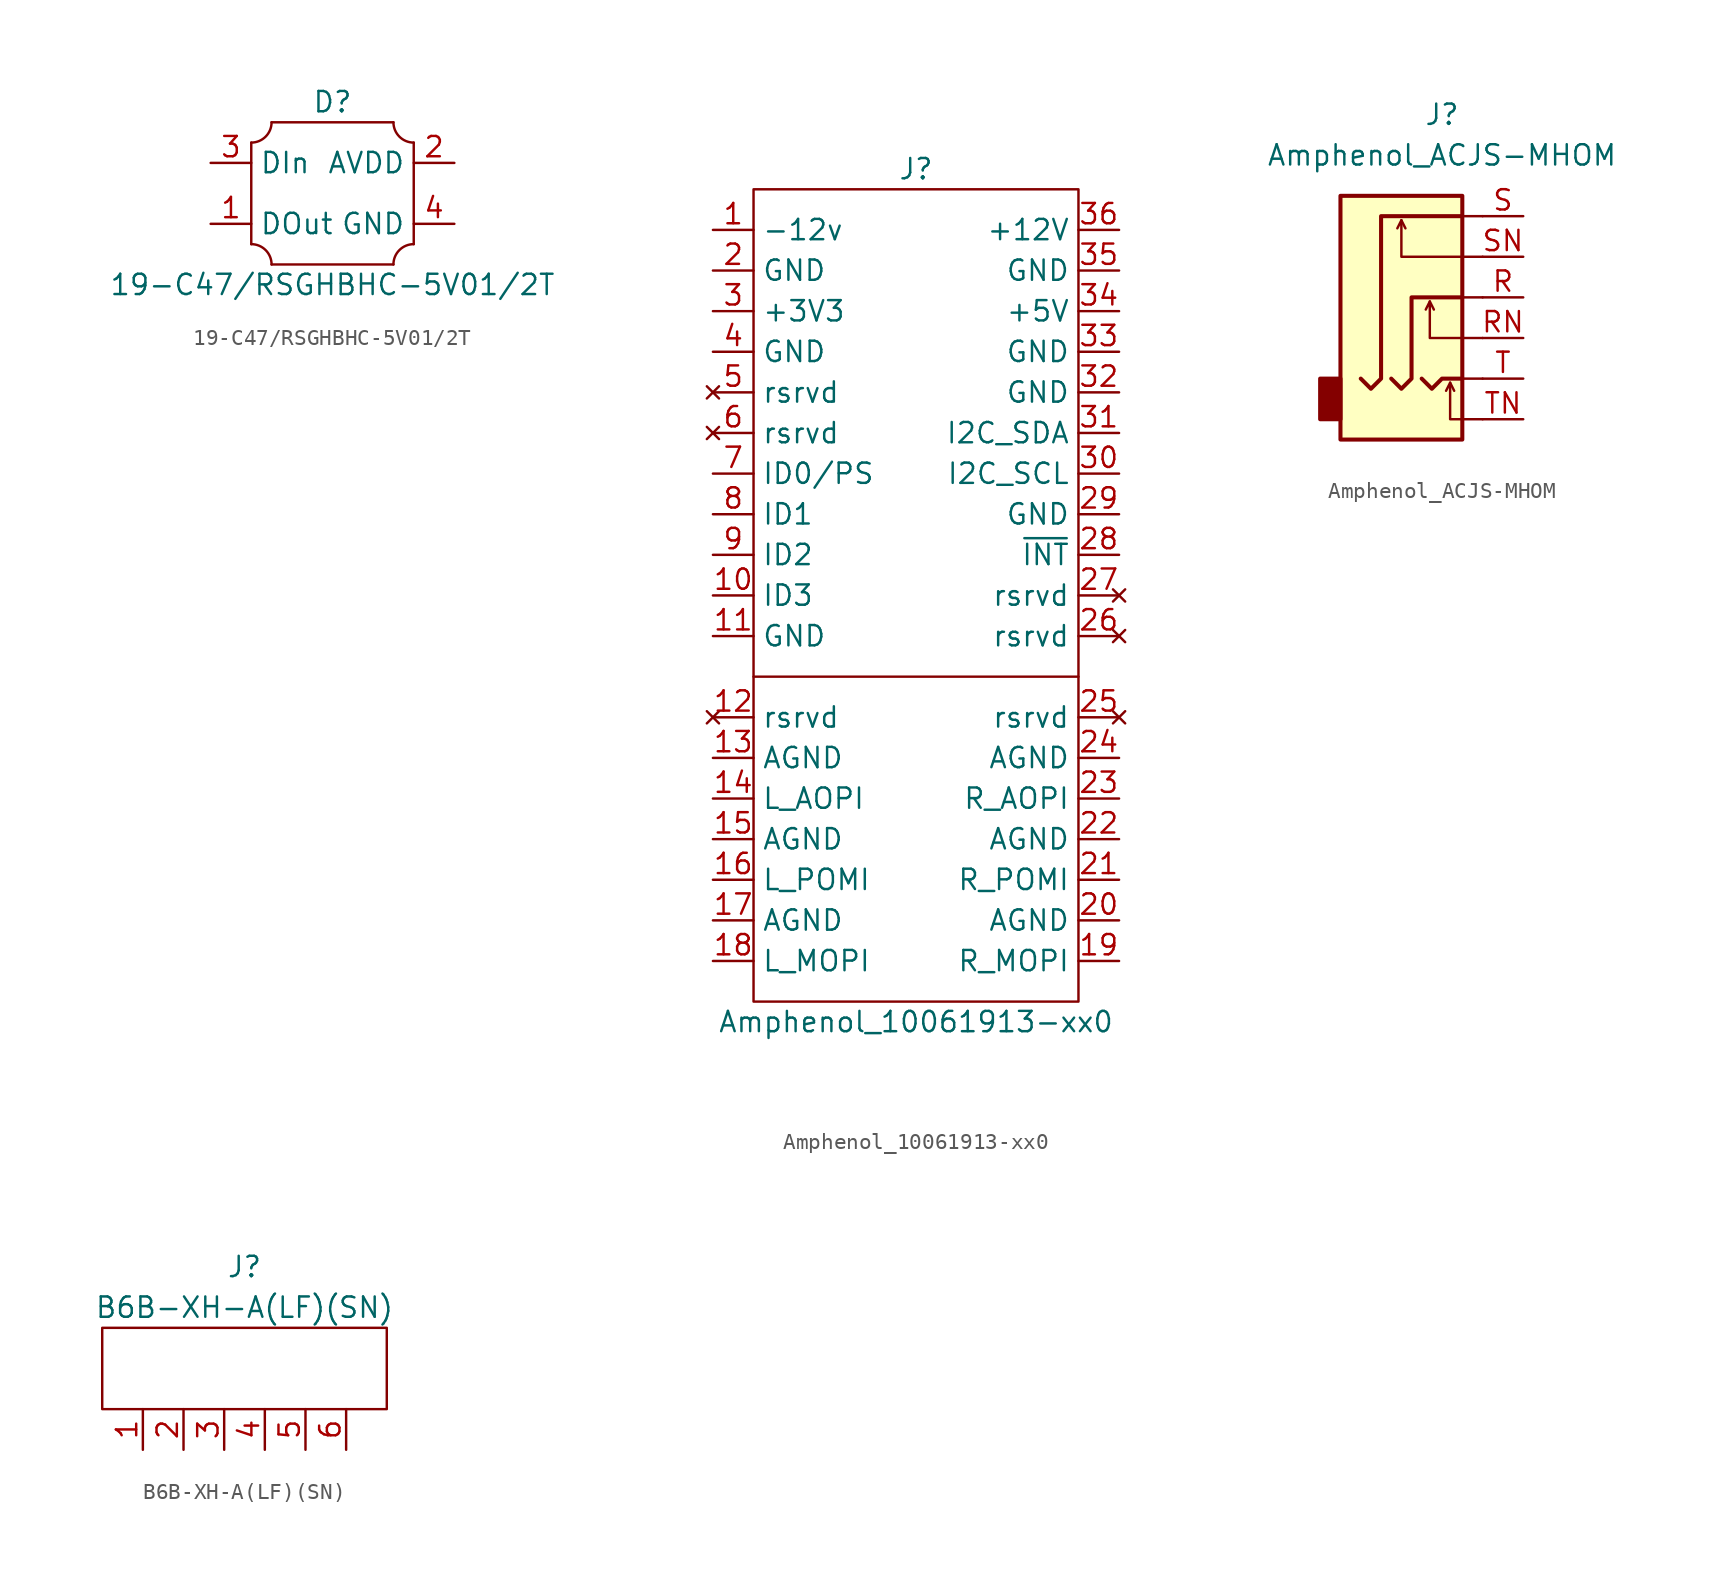
<source format=kicad_sym>
(kicad_symbol_lib
  (version 20220914)
  (generator kicad_symbol_editor)
  (symbol "19-C47/RSGHBHC-5V01/2T"
    (property "Reference" "D"
      (at 5.08 1.27 0)
      (effects (font (size 1.27 1.27))))
    (property "Value" "19-C47/RSGHBHC-5V01/2T"
      (at 5.08 -10.16 0)
      (effects (font (size 1.27 1.27))))
    (symbol "19-C47/RSGHBHC-5V01/2T_0_1"
      (arc (start 0 -1.27) (mid 0.898 -0.898) (end 1.27 0) (stroke (width 0) (type default)) (fill (type none)))
      (polyline (pts (xy 0 -1.27) (xy 0 -7.62)) (stroke (width 0) (type default)) (fill (type none)))
      (polyline (pts (xy 1.27 -8.89) (xy 8.89 -8.89)) (stroke (width 0) (type default)) (fill (type none)))
      (polyline (pts (xy 8.89 0) (xy 1.27 0)) (stroke (width 0) (type default)) (fill (type none)))
      (polyline (pts (xy 10.16 -7.62) (xy 10.16 -1.27)) (stroke (width 0) (type default)) (fill (type none)))
      (arc (start 1.27 -8.89) (mid 0.898 -7.992) (end 0 -7.62) (stroke (width 0) (type default)) (fill (type none)))
      (arc (start 8.89 0) (mid 9.262 -0.898) (end 10.16 -1.27) (stroke (width 0) (type default)) (fill (type none)))
      (arc (start 10.16 -7.62) (mid 9.262 -7.992) (end 8.89 -8.89) (stroke (width 0) (type default)) (fill (type none))))
    (symbol "19-C47/RSGHBHC-5V01/2T_1_1"
      (pin passive line (at -2.54 -6.35 0) (length 2.54) (name "DOut" (effects (font (size 1.27 1.27)))) (number "1" (effects (font (size 1.27 1.27)))))
      (pin power_in line (at 12.7 -2.54 180) (length 2.54) (name "AVDD" (effects (font (size 1.27 1.27)))) (number "2" (effects (font (size 1.27 1.27)))))
      (pin passive line (at -2.54 -2.54 0) (length 2.54) (name "DIn" (effects (font (size 1.27 1.27)))) (number "3" (effects (font (size 1.27 1.27)))))
      (pin power_in line (at 12.7 -6.35 180) (length 2.54) (name "GND" (effects (font (size 1.27 1.27)))) (number "4" (effects (font (size 1.27 1.27)))))))
  (symbol "Amphenol_10061913-xx0"
    (property "Reference" "J"
      (at 0 2.54 0)
      (effects (font (size 1.27 1.27))))
    (property "Value" "Amphenol_10061913-xx0"
      (at 0 -50.8 0)
      (effects (font (size 1.27 1.27))))
    (symbol "Amphenol_10061913-xx0_0_1"
      (rectangle (start -10.16 1.27) (end 10.16 -49.53) (stroke (width 0) (type default)) (fill (type none)))
      (polyline (pts (xy 10.16 -29.21) (xy -10.16 -29.21)) (stroke (width 0) (type default)) (fill (type none))))
    (symbol "Amphenol_10061913-xx0_1_1"
      (pin power_out line (at -12.7 -1.27 0) (length 2.54) (name "-12v" (effects (font (size 1.27 1.27)))) (number "1" (effects (font (size 1.27 1.27)))))
      (pin passive line (at -12.7 -24.13 0) (length 2.54) (name "ID3" (effects (font (size 1.27 1.27)))) (number "10" (effects (font (size 1.27 1.27)))))
      (pin power_in line (at -12.7 -26.67 0) (length 2.54) (name "GND" (effects (font (size 1.27 1.27)))) (number "11" (effects (font (size 1.27 1.27)))))
      (pin no_connect line (at -12.7 -31.75 0) (length 2.54) (name "rsrvd" (effects (font (size 1.27 1.27)))) (number "12" (effects (font (size 1.27 1.27)))))
      (pin power_in line (at -12.7 -34.29 0) (length 2.54) (name "AGND" (effects (font (size 1.27 1.27)))) (number "13" (effects (font (size 1.27 1.27)))))
      (pin passive line (at -12.7 -36.83 0) (length 2.54) (name "L_AOPI" (effects (font (size 1.27 1.27)))) (number "14" (effects (font (size 1.27 1.27)))))
      (pin power_in line (at -12.7 -39.37 0) (length 2.54) (name "AGND" (effects (font (size 1.27 1.27)))) (number "15" (effects (font (size 1.27 1.27)))))
      (pin passive line (at -12.7 -41.91 0) (length 2.54) (name "L_POMI" (effects (font (size 1.27 1.27)))) (number "16" (effects (font (size 1.27 1.27)))))
      (pin power_in line (at -12.7 -44.45 0) (length 2.54) (name "AGND" (effects (font (size 1.27 1.27)))) (number "17" (effects (font (size 1.27 1.27)))))
      (pin passive line (at -12.7 -46.99 0) (length 2.54) (name "L_MOPI" (effects (font (size 1.27 1.27)))) (number "18" (effects (font (size 1.27 1.27)))))
      (pin passive line (at 12.7 -46.99 180) (length 2.54) (name "R_MOPI" (effects (font (size 1.27 1.27)))) (number "19" (effects (font (size 1.27 1.27)))))
      (pin power_in line (at -12.7 -3.81 0) (length 2.54) (name "GND" (effects (font (size 1.27 1.27)))) (number "2" (effects (font (size 1.27 1.27)))))
      (pin power_in line (at 12.7 -44.45 180) (length 2.54) (name "AGND" (effects (font (size 1.27 1.27)))) (number "20" (effects (font (size 1.27 1.27)))))
      (pin passive line (at 12.7 -41.91 180) (length 2.54) (name "R_POMI" (effects (font (size 1.27 1.27)))) (number "21" (effects (font (size 1.27 1.27)))))
      (pin power_in line (at 12.7 -39.37 180) (length 2.54) (name "AGND" (effects (font (size 1.27 1.27)))) (number "22" (effects (font (size 1.27 1.27)))))
      (pin passive line (at 12.7 -36.83 180) (length 2.54) (name "R_AOPI" (effects (font (size 1.27 1.27)))) (number "23" (effects (font (size 1.27 1.27)))))
      (pin power_in line (at 12.7 -34.29 180) (length 2.54) (name "AGND" (effects (font (size 1.27 1.27)))) (number "24" (effects (font (size 1.27 1.27)))))
      (pin no_connect line (at 12.7 -31.75 180) (length 2.54) (name "rsrvd" (effects (font (size 1.27 1.27)))) (number "25" (effects (font (size 1.27 1.27)))))
      (pin no_connect line (at 12.7 -26.67 180) (length 2.54) (name "rsrvd" (effects (font (size 1.27 1.27)))) (number "26" (effects (font (size 1.27 1.27)))))
      (pin no_connect line (at 12.7 -24.13 180) (length 2.54) (name "rsrvd" (effects (font (size 1.27 1.27)))) (number "27" (effects (font (size 1.27 1.27)))))
      (pin passive line (at 12.7 -21.59 180) (length 2.54) (name "~{INT}" (effects (font (size 1.27 1.27)))) (number "28" (effects (font (size 1.27 1.27)))))
      (pin power_in line (at 12.7 -19.05 180) (length 2.54) (name "GND" (effects (font (size 1.27 1.27)))) (number "29" (effects (font (size 1.27 1.27)))))
      (pin power_out line (at -12.7 -6.35 0) (length 2.54) (name "+3V3" (effects (font (size 1.27 1.27)))) (number "3" (effects (font (size 1.27 1.27)))))
      (pin passive line (at 12.7 -16.51 180) (length 2.54) (name "I2C_SCL" (effects (font (size 1.27 1.27)))) (number "30" (effects (font (size 1.27 1.27)))))
      (pin passive line (at 12.7 -13.97 180) (length 2.54) (name "I2C_SDA" (effects (font (size 1.27 1.27)))) (number "31" (effects (font (size 1.27 1.27)))))
      (pin power_in line (at 12.7 -11.43 180) (length 2.54) (name "GND" (effects (font (size 1.27 1.27)))) (number "32" (effects (font (size 1.27 1.27)))))
      (pin power_in line (at 12.7 -8.89 180) (length 2.54) (name "GND" (effects (font (size 1.27 1.27)))) (number "33" (effects (font (size 1.27 1.27)))))
      (pin power_out line (at 12.7 -6.35 180) (length 2.54) (name "+5V" (effects (font (size 1.27 1.27)))) (number "34" (effects (font (size 1.27 1.27)))))
      (pin power_in line (at 12.7 -3.81 180) (length 2.54) (name "GND" (effects (font (size 1.27 1.27)))) (number "35" (effects (font (size 1.27 1.27)))))
      (pin power_out line (at 12.7 -1.27 180) (length 2.54) (name "+12V" (effects (font (size 1.27 1.27)))) (number "36" (effects (font (size 1.27 1.27)))))
      (pin power_in line (at -12.7 -8.89 0) (length 2.54) (name "GND" (effects (font (size 1.27 1.27)))) (number "4" (effects (font (size 1.27 1.27)))))
      (pin no_connect line (at -12.7 -11.43 0) (length 2.54) (name "rsrvd" (effects (font (size 1.27 1.27)))) (number "5" (effects (font (size 1.27 1.27)))))
      (pin no_connect line (at -12.7 -13.97 0) (length 2.54) (name "rsrvd" (effects (font (size 1.27 1.27)))) (number "6" (effects (font (size 1.27 1.27)))))
      (pin passive line (at -12.7 -16.51 0) (length 2.54) (name "ID0/PS" (effects (font (size 1.27 1.27)))) (number "7" (effects (font (size 1.27 1.27)))))
      (pin passive line (at -12.7 -19.05 0) (length 2.54) (name "ID1" (effects (font (size 1.27 1.27)))) (number "8" (effects (font (size 1.27 1.27)))))
      (pin passive line (at -12.7 -21.59 0) (length 2.54) (name "ID2" (effects (font (size 1.27 1.27)))) (number "9" (effects (font (size 1.27 1.27)))))))
  (symbol "Amphenol_ACJS-MHOM"
    (pin_names hide)
    (property "Reference" "J"
      (at 0 11.43 0)
      (effects (font (size 1.27 1.27))))
    (property "Value" "Amphenol_ACJS-MHOM"
      (at 0 8.89 0)
      (effects (font (size 1.27 1.27))))
    (symbol "Amphenol_ACJS-MHOM_0_1"
      (rectangle (start -6.35 -5.08) (end -7.62 -7.62) (stroke (width 0.254) (type default)) (fill (type outline)))
      (polyline (pts (xy -2.54 4.826) (xy -2.286 4.318)) (stroke (width 0) (type default)) (fill (type none)))
      (polyline (pts (xy -0.762 -0.254) (xy -0.508 -0.762)) (stroke (width 0) (type default)) (fill (type none)))
      (polyline (pts (xy 0.508 -5.334) (xy 0.762 -5.842)) (stroke (width 0) (type default)) (fill (type none)))
      (polyline (pts (xy 1.27 0) (xy 2.54 0)) (stroke (width 0) (type default)) (fill (type none)))
      (polyline (pts (xy 2.54 -5.08) (xy 1.27 -5.08)) (stroke (width 0) (type default)) (fill (type none)))
      (polyline (pts (xy 2.54 5.08) (xy 1.27 5.08)) (stroke (width 0) (type default)) (fill (type none)))
      (polyline (pts (xy -1.27 -5.08) (xy -0.635 -5.715) (xy 0 -5.08) (xy 1.27 -5.08)) (stroke (width 0.254) (type default)) (fill (type none)))
      (polyline (pts (xy 2.54 -7.62) (xy 0.508 -7.62) (xy 0.508 -5.334) (xy 0.254 -5.842)) (stroke (width 0) (type default)) (fill (type none)))
      (polyline (pts (xy 2.54 -2.54) (xy -0.762 -2.54) (xy -0.762 -0.254) (xy -1.016 -0.762)) (stroke (width 0) (type default)) (fill (type none)))
      (polyline (pts (xy 2.54 2.54) (xy -2.54 2.54) (xy -2.54 4.826) (xy -2.794 4.318)) (stroke (width 0) (type default)) (fill (type none)))
      (polyline (pts (xy -3.175 -5.08) (xy -2.54 -5.715) (xy -1.905 -5.08) (xy -1.905 0) (xy 1.27 0)) (stroke (width 0.254) (type default)) (fill (type none)))
      (polyline (pts (xy 1.27 5.08) (xy -3.81 5.08) (xy -3.81 -5.08) (xy -4.445 -5.715) (xy -5.08 -5.08)) (stroke (width 0.254) (type default)) (fill (type none)))
      (rectangle (start 1.27 6.35) (end -6.35 -8.89) (stroke (width 0.254) (type default)) (fill (type background))))
    (symbol "Amphenol_ACJS-MHOM_1_1"
      (pin passive line (at 5.08 0 180) (length 2.54) (name "~" (effects (font (size 1.27 1.27)))) (number "R" (effects (font (size 1.27 1.27)))))
      (pin passive line (at 5.08 -2.54 180) (length 2.54) (name "~" (effects (font (size 1.27 1.27)))) (number "RN" (effects (font (size 1.27 1.27)))))
      (pin passive line (at 5.08 5.08 180) (length 2.54) (name "~" (effects (font (size 1.27 1.27)))) (number "S" (effects (font (size 1.27 1.27)))))
      (pin passive line (at 5.08 2.54 180) (length 2.54) (name "~" (effects (font (size 1.27 1.27)))) (number "SN" (effects (font (size 1.27 1.27)))))
      (pin passive line (at 5.08 -5.08 180) (length 2.54) (name "~" (effects (font (size 1.27 1.27)))) (number "T" (effects (font (size 1.27 1.27)))))
      (pin passive line (at 5.08 -7.62 180) (length 2.54) (name "~" (effects (font (size 1.27 1.27)))) (number "TN" (effects (font (size 1.27 1.27)))))))
  (symbol "B6B-XH-A(LF)(SN)"
    (property "Reference" "J"
      (at 0 3.81 0)
      (effects (font (size 1.27 1.27))))
    (property "Value" "B6B-XH-A(LF)(SN)"
      (at 0 1.27 0)
      (effects (font (size 1.27 1.27))))
    (symbol "B6B-XH-A(LF)(SN)_0_0"
      (pin passive line (at -6.35 -7.62 90) (length 2.54) (name "" (effects (font (size 1.27 1.27)))) (number "1" (effects (font (size 1.27 1.27)))))
      (pin passive line (at -3.81 -7.62 90) (length 2.54) (name "" (effects (font (size 1.27 1.27)))) (number "2" (effects (font (size 1.27 1.27)))))
      (pin passive line (at -1.27 -7.62 90) (length 2.54) (name "" (effects (font (size 1.27 1.27)))) (number "3" (effects (font (size 1.27 1.27)))))
      (pin passive line (at 1.27 -7.62 90) (length 2.54) (name "" (effects (font (size 1.27 1.27)))) (number "4" (effects (font (size 1.27 1.27)))))
      (pin passive line (at 3.81 -7.62 90) (length 2.54) (name "" (effects (font (size 1.27 1.27)))) (number "5" (effects (font (size 1.27 1.27)))))
      (pin passive line (at 6.35 -7.62 90) (length 2.54) (name "" (effects (font (size 1.27 1.27)))) (number "6" (effects (font (size 1.27 1.27))))))
    (symbol "B6B-XH-A(LF)(SN)_0_1"
      (rectangle (start -8.89 -5.08) (end 8.89 0) (stroke (width 0) (type default)) (fill (type none))))))
</source>
